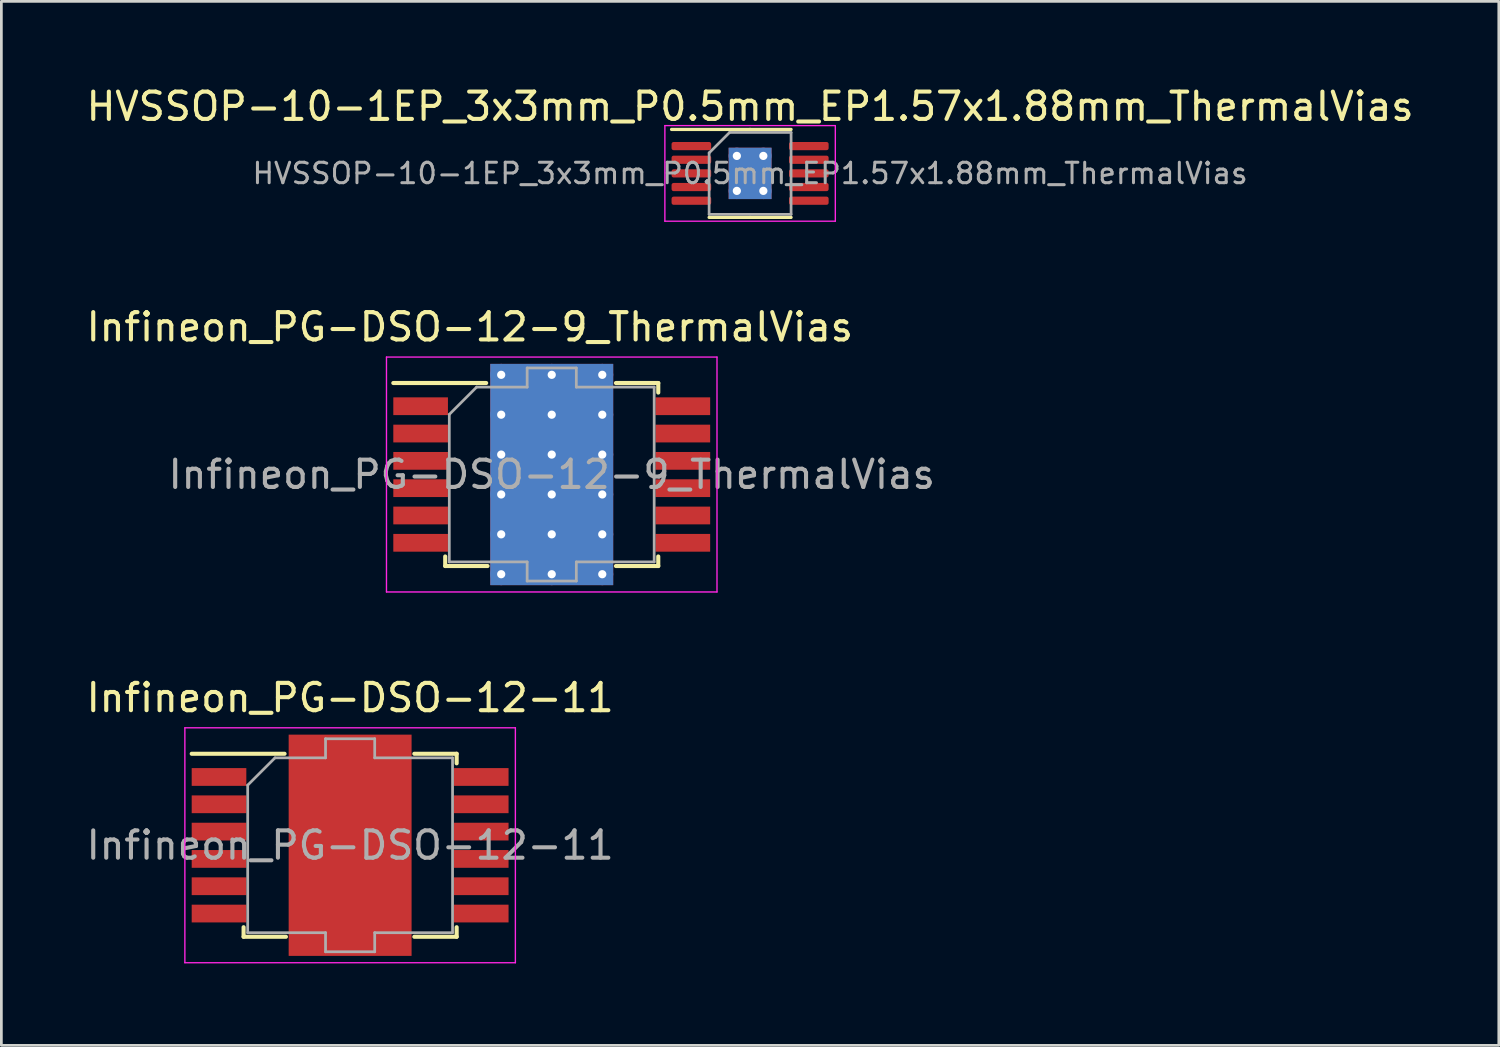
<source format=kicad_pcb>
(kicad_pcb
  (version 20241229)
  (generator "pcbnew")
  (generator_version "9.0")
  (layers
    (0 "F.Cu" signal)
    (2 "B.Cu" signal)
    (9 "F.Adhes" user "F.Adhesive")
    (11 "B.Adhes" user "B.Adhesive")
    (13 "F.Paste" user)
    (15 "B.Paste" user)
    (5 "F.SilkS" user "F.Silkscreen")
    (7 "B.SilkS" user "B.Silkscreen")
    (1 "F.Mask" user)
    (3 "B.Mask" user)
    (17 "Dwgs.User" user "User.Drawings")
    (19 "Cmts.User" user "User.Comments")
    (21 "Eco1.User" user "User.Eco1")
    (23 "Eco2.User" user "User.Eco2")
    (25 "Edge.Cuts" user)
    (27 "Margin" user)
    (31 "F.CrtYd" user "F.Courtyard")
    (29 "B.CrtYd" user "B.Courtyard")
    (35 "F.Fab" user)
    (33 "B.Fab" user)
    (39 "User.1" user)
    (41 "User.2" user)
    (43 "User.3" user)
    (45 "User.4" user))
  (footprint "HVSSOP-10-1EP_3x3mm_P0.5mm_EP1.57x1.88mm_ThermalVias"
    (layer "F.Cu")
    (at 24.411 3.298)
    (property "Reference" "HVSSOP-10-1EP_3x3mm_P0.5mm_EP1.57x1.88mm_ThermalVias" (at 0 -2.45 0) (layer "F.SilkS") (effects (font (size 1 1) (thickness 0.15))))
    (attr smd)
    (fp_line (start 0 -1.61) (end -2.875 -1.61) (stroke (width 0.12) (type solid)) (layer "F.SilkS"))
    (fp_line (start 0 -1.61) (end 1.5 -1.61) (stroke (width 0.12) (type solid)) (layer "F.SilkS"))
    (fp_line (start 0 1.61) (end -1.5 1.61) (stroke (width 0.12) (type solid)) (layer "F.SilkS"))
    (fp_line (start 0 1.61) (end 1.5 1.61) (stroke (width 0.12) (type solid)) (layer "F.SilkS"))
    (fp_line (start -3.12 -1.75) (end -3.12 1.75) (stroke (width 0.05) (type solid)) (layer "F.CrtYd"))
    (fp_line (start -3.12 1.75) (end 3.12 1.75) (stroke (width 0.05) (type solid)) (layer "F.CrtYd"))
    (fp_line (start 3.12 -1.75) (end -3.12 -1.75) (stroke (width 0.05) (type solid)) (layer "F.CrtYd"))
    (fp_line (start 3.12 1.75) (end 3.12 -1.75) (stroke (width 0.05) (type solid)) (layer "F.CrtYd"))
    (fp_line (start -1.5 -0.75) (end -0.75 -1.5) (stroke (width 0.1) (type solid)) (layer "F.Fab"))
    (fp_line (start -1.5 1.5) (end -1.5 -0.75) (stroke (width 0.1) (type solid)) (layer "F.Fab"))
    (fp_line (start -0.75 -1.5) (end 1.5 -1.5) (stroke (width 0.1) (type solid)) (layer "F.Fab"))
    (fp_line (start 1.5 -1.5) (end 1.5 1.5) (stroke (width 0.1) (type solid)) (layer "F.Fab"))
    (fp_line (start 1.5 1.5) (end -1.5 1.5) (stroke (width 0.1) (type solid)) (layer "F.Fab"))
    (fp_text user "${REFERENCE}" (at 0 0 0) (layer "F.Fab") (effects (font (size 0.75 0.75) (thickness 0.11))))
    (pad "" smd roundrect (at -0.39 -0.47) (size 0.63 0.76) (layers "F.Paste") (roundrect_rratio 0.25))
    (pad "" smd roundrect (at -0.39 0.47) (size 0.63 0.76) (layers "F.Paste") (roundrect_rratio 0.25))
    (pad "" smd roundrect (at 0.39 -0.47) (size 0.63 0.76) (layers "F.Paste") (roundrect_rratio 0.25))
    (pad "" smd roundrect (at 0.39 0.47) (size 0.63 0.76) (layers "F.Paste") (roundrect_rratio 0.25))
    (pad "1" smd roundrect (at -2.15 -1) (size 1.45 0.3) (layers "F.Cu" "F.Mask" "F.Paste") (roundrect_rratio 0.25))
    (pad "2" smd roundrect (at -2.15 -0.5) (size 1.45 0.3) (layers "F.Cu" "F.Mask" "F.Paste") (roundrect_rratio 0.25))
    (pad "3" smd roundrect (at -2.15 0) (size 1.45 0.3) (layers "F.Cu" "F.Mask" "F.Paste") (roundrect_rratio 0.25))
    (pad "4" smd roundrect (at -2.15 0.5) (size 1.45 0.3) (layers "F.Cu" "F.Mask" "F.Paste") (roundrect_rratio 0.25))
    (pad "5" smd roundrect (at -2.15 1) (size 1.45 0.3) (layers "F.Cu" "F.Mask" "F.Paste") (roundrect_rratio 0.25))
    (pad "6" smd roundrect (at 2.15 1) (size 1.45 0.3) (layers "F.Cu" "F.Mask" "F.Paste") (roundrect_rratio 0.25))
    (pad "7" smd roundrect (at 2.15 0.5) (size 1.45 0.3) (layers "F.Cu" "F.Mask" "F.Paste") (roundrect_rratio 0.25))
    (pad "8" smd roundrect (at 2.15 0) (size 1.45 0.3) (layers "F.Cu" "F.Mask" "F.Paste") (roundrect_rratio 0.25))
    (pad "9" smd roundrect (at 2.15 -0.5) (size 1.45 0.3) (layers "F.Cu" "F.Mask" "F.Paste") (roundrect_rratio 0.25))
    (pad "10" smd roundrect (at 2.15 -1) (size 1.45 0.3) (layers "F.Cu" "F.Mask" "F.Paste") (roundrect_rratio 0.25))
    (pad "11" thru_hole circle (at -0.485 -0.64) (size 0.6 0.6) (drill 0.3) (layers "*.Cu"))
    (pad "11" thru_hole circle (at -0.485 0.64) (size 0.6 0.6) (drill 0.3) (layers "*.Cu"))
    (pad "11" smd rect (at 0 0) (size 1.57 1.88) (layers "F.Cu" "F.Mask"))
    (pad "11" smd rect (at 0 0) (size 1.57 1.88) (layers "B.Cu"))
    (pad "11" thru_hole circle (at 0.485 -0.64) (size 0.6 0.6) (drill 0.3) (layers "*.Cu"))
    (pad "11" thru_hole circle (at 0.485 0.64) (size 0.6 0.6) (drill 0.3) (layers "*.Cu")))
  (footprint "Infineon_PG-DSO-12-11"
    (layer "F.Cu")
    (at 9.768 27.895)
    (property "Reference" "Infineon_PG-DSO-12-11" (at 0 -5.4 0) (layer "F.SilkS") (effects (font (size 1 1) (thickness 0.15))))
    (attr smd)
    (fp_line (start -5.8 -3.35) (end -2.4 -3.35) (stroke (width 0.15) (type solid)) (layer "F.SilkS"))
    (fp_line (start -3.9 3) (end -3.9 3.35) (stroke (width 0.15) (type solid)) (layer "F.SilkS"))
    (fp_line (start -3.9 3.35) (end -2.35 3.35) (stroke (width 0.15) (type solid)) (layer "F.SilkS"))
    (fp_line (start 3.9 -3.35) (end 2.35 -3.35) (stroke (width 0.15) (type solid)) (layer "F.SilkS"))
    (fp_line (start 3.9 -3) (end 3.9 -3.35) (stroke (width 0.15) (type solid)) (layer "F.SilkS"))
    (fp_line (start 3.9 3) (end 3.9 3.35) (stroke (width 0.15) (type solid)) (layer "F.SilkS"))
    (fp_line (start 3.9 3.35) (end 2.35 3.35) (stroke (width 0.15) (type solid)) (layer "F.SilkS"))
    (fp_line (start -6.05 -4.3) (end 6.05 -4.3) (stroke (width 0.05) (type solid)) (layer "F.CrtYd"))
    (fp_line (start -6.05 4.3) (end -6.05 -4.3) (stroke (width 0.05) (type solid)) (layer "F.CrtYd"))
    (fp_line (start 6.05 -4.3) (end 6.05 4.3) (stroke (width 0.05) (type solid)) (layer "F.CrtYd"))
    (fp_line (start 6.05 4.3) (end -6.05 4.3) (stroke (width 0.05) (type solid)) (layer "F.CrtYd"))
    (fp_line (start -3.75 3.2) (end -3.75 -2.2) (stroke (width 0.1) (type solid)) (layer "F.Fab"))
    (fp_line (start -2.75 -3.2) (end -3.75 -2.2) (stroke (width 0.1) (type solid)) (layer "F.Fab"))
    (fp_line (start -2.75 -3.2) (end -0.9 -3.2) (stroke (width 0.1) (type solid)) (layer "F.Fab"))
    (fp_line (start -0.9 -3.9) (end 0.9 -3.9) (stroke (width 0.1) (type solid)) (layer "F.Fab"))
    (fp_line (start -0.9 -3.2) (end -0.9 -3.9) (stroke (width 0.1) (type solid)) (layer "F.Fab"))
    (fp_line (start -0.9 3.2) (end -3.75 3.2) (stroke (width 0.1) (type solid)) (layer "F.Fab"))
    (fp_line (start -0.9 3.9) (end -0.9 3.2) (stroke (width 0.1) (type solid)) (layer "F.Fab"))
    (fp_line (start 0.9 -3.9) (end 0.9 -3.2) (stroke (width 0.1) (type solid)) (layer "F.Fab"))
    (fp_line (start 0.9 -3.2) (end 3.75 -3.2) (stroke (width 0.1) (type solid)) (layer "F.Fab"))
    (fp_line (start 0.9 3.2) (end 0.9 3.9) (stroke (width 0.1) (type solid)) (layer "F.Fab"))
    (fp_line (start 0.9 3.9) (end -0.9 3.9) (stroke (width 0.1) (type solid)) (layer "F.Fab"))
    (fp_line (start 3.75 -3.2) (end 3.75 3.2) (stroke (width 0.1) (type solid)) (layer "F.Fab"))
    (fp_line (start 3.75 3.2) (end 0.9 3.2) (stroke (width 0.1) (type solid)) (layer "F.Fab"))
    (fp_text user "${REFERENCE}" (at 0 0 0) (layer "F.Fab") (effects (font (size 1 1) (thickness 0.15))))
    (pad "" smd rect (at -1.125 -2.92) (size 1.95 1.16) (layers "F.Paste"))
    (pad "" smd rect (at -1.125 -1.46) (size 1.95 1.16) (layers "F.Paste"))
    (pad "" smd rect (at -1.125 0) (size 1.95 1.16) (layers "F.Paste"))
    (pad "" smd rect (at -1.125 1.46) (size 1.95 1.16) (layers "F.Paste"))
    (pad "" smd rect (at -1.125 2.92) (size 1.95 1.16) (layers "F.Paste"))
    (pad "" smd rect (at 1.125 -2.92) (size 1.95 1.16) (layers "F.Paste"))
    (pad "" smd rect (at 1.125 -1.46) (size 1.95 1.16) (layers "F.Paste"))
    (pad "" smd rect (at 1.125 0) (size 1.95 1.16) (layers "F.Paste"))
    (pad "" smd rect (at 1.125 1.46) (size 1.95 1.16) (layers "F.Paste"))
    (pad "" smd rect (at 1.125 2.92) (size 1.95 1.16) (layers "F.Paste"))
    (pad "1" smd rect (at -4.8 -2.5) (size 2 0.65) (layers "F.Cu" "F.Mask" "F.Paste"))
    (pad "2" smd rect (at -4.8 -1.5) (size 2 0.65) (layers "F.Cu" "F.Mask" "F.Paste"))
    (pad "3" smd rect (at -4.8 -0.5) (size 2 0.65) (layers "F.Cu" "F.Mask" "F.Paste"))
    (pad "4" smd rect (at -4.8 0.5) (size 2 0.65) (layers "F.Cu" "F.Mask" "F.Paste"))
    (pad "5" smd rect (at -4.8 1.5) (size 2 0.65) (layers "F.Cu" "F.Mask" "F.Paste"))
    (pad "6" smd rect (at -4.8 2.5) (size 2 0.65) (layers "F.Cu" "F.Mask" "F.Paste"))
    (pad "7" smd rect (at 4.8 2.5) (size 2 0.65) (layers "F.Cu" "F.Mask" "F.Paste"))
    (pad "8" smd rect (at 4.8 1.5) (size 2 0.65) (layers "F.Cu" "F.Mask" "F.Paste"))
    (pad "9" smd rect (at 4.8 0.5) (size 2 0.65) (layers "F.Cu" "F.Mask" "F.Paste"))
    (pad "10" smd rect (at 4.8 -0.5) (size 2 0.65) (layers "F.Cu" "F.Mask" "F.Paste"))
    (pad "11" smd rect (at 4.8 -1.5) (size 2 0.65) (layers "F.Cu" "F.Mask" "F.Paste"))
    (pad "12" smd rect (at 4.8 -2.5) (size 2 0.65) (layers "F.Cu" "F.Mask" "F.Paste"))
    (pad "13" smd rect (at 0 0) (size 4.5 8.1) (layers "F.Cu" "F.Mask")))
  (footprint "Infineon_PG-DSO-12-9_ThermalVias"
    (layer "F.Cu")
    (at 17.149 14.322)
    (property "Reference" "Infineon_PG-DSO-12-9_ThermalVias" (at -3 -5.4 0) (layer "F.SilkS") (effects (font (size 1 1) (thickness 0.15))))
    (attr smd)
    (fp_line (start -5.8 -3.35) (end -2.4 -3.35) (stroke (width 0.15) (type solid)) (layer "F.SilkS"))
    (fp_line (start -3.9 3) (end -3.9 3.35) (stroke (width 0.15) (type solid)) (layer "F.SilkS"))
    (fp_line (start -3.9 3.35) (end -2.35 3.35) (stroke (width 0.15) (type solid)) (layer "F.SilkS"))
    (fp_line (start 3.9 -3.35) (end 2.35 -3.35) (stroke (width 0.15) (type solid)) (layer "F.SilkS"))
    (fp_line (start 3.9 -3) (end 3.9 -3.35) (stroke (width 0.15) (type solid)) (layer "F.SilkS"))
    (fp_line (start 3.9 3) (end 3.9 3.35) (stroke (width 0.15) (type solid)) (layer "F.SilkS"))
    (fp_line (start 3.9 3.35) (end 2.35 3.35) (stroke (width 0.15) (type solid)) (layer "F.SilkS"))
    (fp_line (start -6.05 -4.3) (end 6.05 -4.3) (stroke (width 0.05) (type solid)) (layer "F.CrtYd"))
    (fp_line (start -6.05 4.3) (end -6.05 -4.3) (stroke (width 0.05) (type solid)) (layer "F.CrtYd"))
    (fp_line (start 6.05 -4.3) (end 6.05 4.3) (stroke (width 0.05) (type solid)) (layer "F.CrtYd"))
    (fp_line (start 6.05 4.3) (end -6.05 4.3) (stroke (width 0.05) (type solid)) (layer "F.CrtYd"))
    (fp_line (start -3.75 3.2) (end -3.75 -2.2) (stroke (width 0.1) (type solid)) (layer "F.Fab"))
    (fp_line (start -2.75 -3.2) (end -3.75 -2.2) (stroke (width 0.1) (type solid)) (layer "F.Fab"))
    (fp_line (start -2.75 -3.2) (end -0.9 -3.2) (stroke (width 0.1) (type solid)) (layer "F.Fab"))
    (fp_line (start -0.9 -3.9) (end 0.9 -3.9) (stroke (width 0.1) (type solid)) (layer "F.Fab"))
    (fp_line (start -0.9 -3.2) (end -0.9 -3.9) (stroke (width 0.1) (type solid)) (layer "F.Fab"))
    (fp_line (start -0.9 3.2) (end -3.75 3.2) (stroke (width 0.1) (type solid)) (layer "F.Fab"))
    (fp_line (start -0.9 3.9) (end -0.9 3.2) (stroke (width 0.1) (type solid)) (layer "F.Fab"))
    (fp_line (start 0.9 -3.9) (end 0.9 -3.2) (stroke (width 0.1) (type solid)) (layer "F.Fab"))
    (fp_line (start 0.9 -3.2) (end 3.75 -3.2) (stroke (width 0.1) (type solid)) (layer "F.Fab"))
    (fp_line (start 0.9 3.2) (end 0.9 3.9) (stroke (width 0.1) (type solid)) (layer "F.Fab"))
    (fp_line (start 0.9 3.9) (end -0.9 3.9) (stroke (width 0.1) (type solid)) (layer "F.Fab"))
    (fp_line (start 3.75 -3.2) (end 3.75 3.2) (stroke (width 0.1) (type solid)) (layer "F.Fab"))
    (fp_line (start 3.75 3.2) (end 0.9 3.2) (stroke (width 0.1) (type solid)) (layer "F.Fab"))
    (fp_text user "${REFERENCE}" (at 0 0 0) (layer "F.Fab") (effects (font (size 1 1) (thickness 0.15))))
    (pad "" smd rect (at -0.925 -2.92) (size 1.55 1.16) (layers "F.Paste"))
    (pad "" smd rect (at -0.925 -1.46) (size 1.55 1.16) (layers "F.Paste"))
    (pad "" smd rect (at -0.925 0) (size 1.55 1.16) (layers "F.Paste"))
    (pad "" smd rect (at -0.925 1.46) (size 1.55 1.16) (layers "F.Paste"))
    (pad "" smd rect (at -0.925 2.92) (size 1.55 1.16) (layers "F.Paste"))
    (pad "" smd rect (at 0.925 -2.92) (size 1.55 1.16) (layers "F.Paste"))
    (pad "" smd rect (at 0.925 -1.46) (size 1.55 1.16) (layers "F.Paste"))
    (pad "" smd rect (at 0.925 0) (size 1.55 1.16) (layers "F.Paste"))
    (pad "" smd rect (at 0.925 1.46) (size 1.55 1.16) (layers "F.Paste"))
    (pad "" smd rect (at 0.925 2.92) (size 1.55 1.16) (layers "F.Paste"))
    (pad "1" smd rect (at -4.8 -2.5) (size 2 0.65) (layers "F.Cu" "F.Mask" "F.Paste"))
    (pad "2" smd rect (at -4.8 -1.5) (size 2 0.65) (layers "F.Cu" "F.Mask" "F.Paste"))
    (pad "3" smd rect (at -4.8 -0.5) (size 2 0.65) (layers "F.Cu" "F.Mask" "F.Paste"))
    (pad "4" smd rect (at -4.8 0.5) (size 2 0.65) (layers "F.Cu" "F.Mask" "F.Paste"))
    (pad "5" smd rect (at -4.8 1.5) (size 2 0.65) (layers "F.Cu" "F.Mask" "F.Paste"))
    (pad "6" smd rect (at -4.8 2.5) (size 2 0.65) (layers "F.Cu" "F.Mask" "F.Paste"))
    (pad "7" smd rect (at 4.8 2.5) (size 2 0.65) (layers "F.Cu" "F.Mask" "F.Paste"))
    (pad "8" smd rect (at 4.8 1.5) (size 2 0.65) (layers "F.Cu" "F.Mask" "F.Paste"))
    (pad "9" smd rect (at 4.8 0.5) (size 2 0.65) (layers "F.Cu" "F.Mask" "F.Paste"))
    (pad "10" smd rect (at 4.8 -0.5) (size 2 0.65) (layers "F.Cu" "F.Mask" "F.Paste"))
    (pad "11" smd rect (at 4.8 -1.5) (size 2 0.65) (layers "F.Cu" "F.Mask" "F.Paste"))
    (pad "12" smd rect (at 4.8 -2.5) (size 2 0.65) (layers "F.Cu" "F.Mask" "F.Paste"))
    (pad "13" thru_hole circle (at -1.85 -3.65) (size 0.8 0.8) (drill 0.3) (layers "*.Cu"))
    (pad "13" thru_hole circle (at -1.85 -2.19) (size 0.8 0.8) (drill 0.3) (layers "*.Cu"))
    (pad "13" thru_hole circle (at -1.85 -0.73) (size 0.8 0.8) (drill 0.3) (layers "*.Cu"))
    (pad "13" thru_hole circle (at -1.85 0.73) (size 0.8 0.8) (drill 0.3) (layers "*.Cu"))
    (pad "13" thru_hole circle (at -1.85 2.19) (size 0.8 0.8) (drill 0.3) (layers "*.Cu"))
    (pad "13" thru_hole circle (at -1.85 3.65) (size 0.8 0.8) (drill 0.3) (layers "*.Cu"))
    (pad "13" thru_hole circle (at 0 -3.65) (size 0.8 0.8) (drill 0.3) (layers "*.Cu"))
    (pad "13" thru_hole circle (at 0 -2.19) (size 0.8 0.8) (drill 0.3) (layers "*.Cu"))
    (pad "13" thru_hole circle (at 0 -0.73) (size 0.8 0.8) (drill 0.3) (layers "*.Cu"))
    (pad "13" smd rect (at 0 0) (size 4.5 8.1) (layers "F.Cu" "F.Mask"))
    (pad "13" smd rect (at 0 0) (size 4.5 8.1) (layers "B.Cu"))
    (pad "13" thru_hole circle (at 0 0.73) (size 0.8 0.8) (drill 0.3) (layers "*.Cu"))
    (pad "13" thru_hole circle (at 0 2.19) (size 0.8 0.8) (drill 0.3) (layers "*.Cu"))
    (pad "13" thru_hole circle (at 0 3.65) (size 0.8 0.8) (drill 0.3) (layers "*.Cu"))
    (pad "13" thru_hole circle (at 1.85 -3.65) (size 0.8 0.8) (drill 0.3) (layers "*.Cu"))
    (pad "13" thru_hole circle (at 1.85 -2.19) (size 0.8 0.8) (drill 0.3) (layers "*.Cu"))
    (pad "13" thru_hole circle (at 1.85 -0.73) (size 0.8 0.8) (drill 0.3) (layers "*.Cu"))
    (pad "13" thru_hole circle (at 1.85 0.73) (size 0.8 0.8) (drill 0.3) (layers "*.Cu"))
    (pad "13" thru_hole circle (at 1.85 2.19) (size 0.8 0.8) (drill 0.3) (layers "*.Cu"))
    (pad "13" thru_hole circle (at 1.85 3.65) (size 0.8 0.8) (drill 0.3) (layers "*.Cu")))
  (gr_rect
    (start -3 -3)
    (end 51.821 35.22)
    (stroke (width 0.1) (type default))
    (fill no)
    (layer "Edge.Cuts")))
</source>
